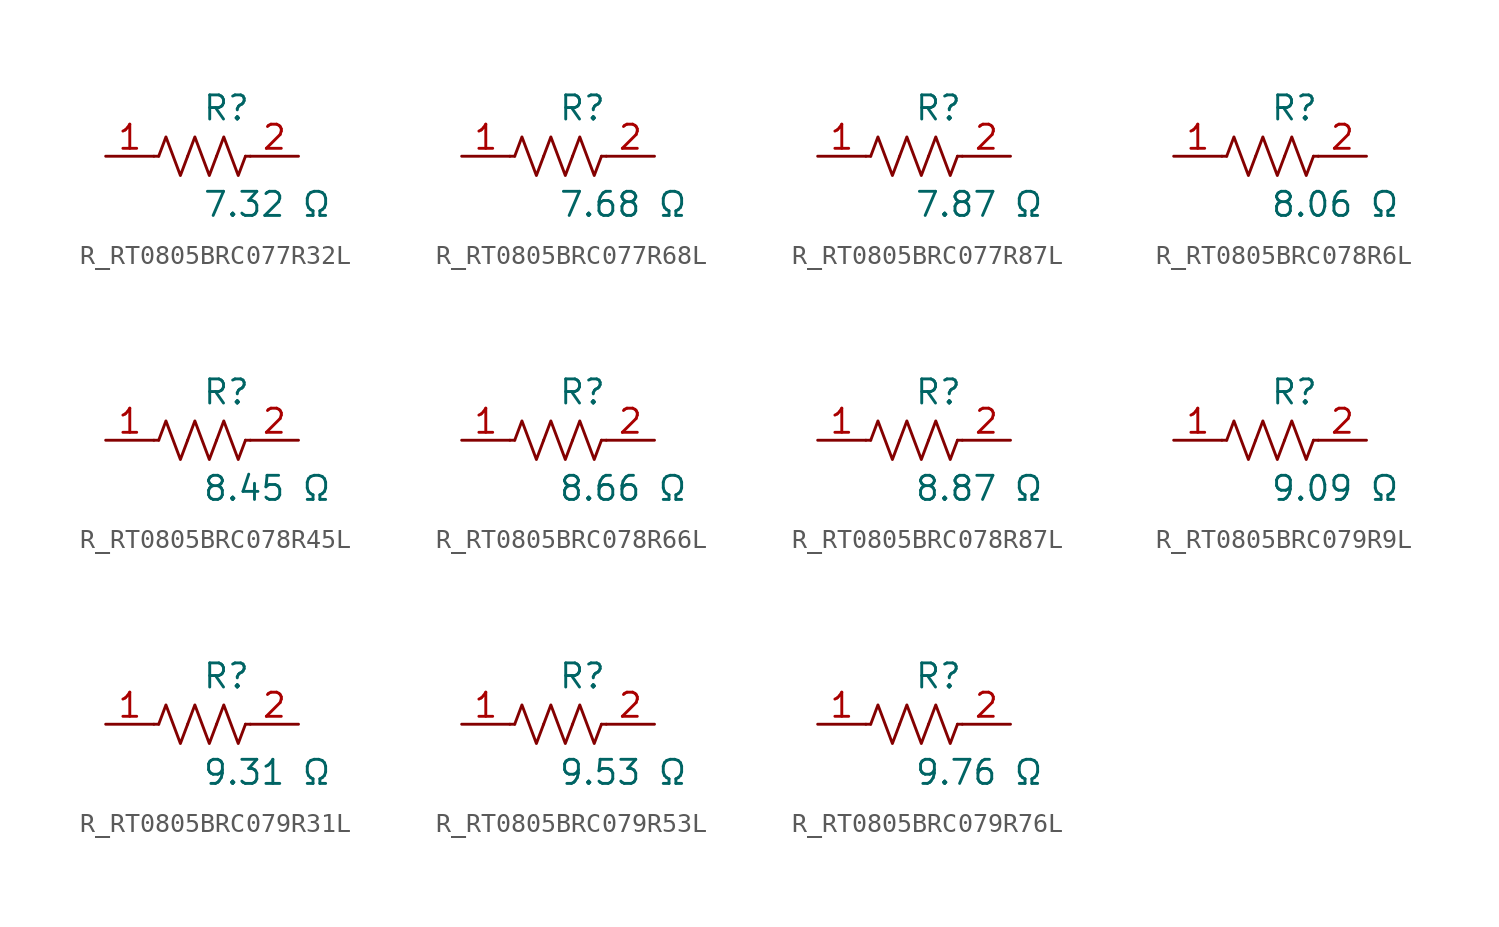
<source format=kicad_sym>
(kicad_symbol_lib
  (version 20231120)
  (generator kicad_symbol_editor)
  (generator_version 8.0)
  (symbol "R_RT0805BRC077R32L"
    (pin_names
      (offset 0.254))
    (property "Reference" "R"
      (at 0.0 2.54 0)
      (effects (font (size 1.27 1.27)) (justify left)))
    (property "Value" "7.32 Ω"
      (at 0.0 -2.54 0)
      (effects (font (size 1.27 1.27)) (justify left)))
    (symbol "R_RT0805BRC077R32L_0_1"
      (polyline (pts (xy 2.286 0) (xy 2.54 0)) (stroke (width 0) (type default)) (fill (type none)))
      (polyline (pts (xy -2.286 0) (xy -2.54 0)) (stroke (width 0) (type default)) (fill (type none)))
      (polyline (pts (xy 0.762 0) (xy 1.143 1.016) (xy 1.524 0) (xy 1.905 -1.016) (xy 2.286 0)) (stroke (width 0) (type default)) (fill (type none)))
      (polyline (pts (xy -0.762 0) (xy -0.381 1.016) (xy 0 0) (xy 0.381 -1.016) (xy 0.762 0)) (stroke (width 0) (type default)) (fill (type none)))
      (polyline (pts (xy -2.286 0) (xy -1.905 1.016) (xy -1.524 0) (xy -1.143 -1.016) (xy -0.762 0)) (stroke (width 0) (type default)) (fill (type none))))
    (pin unspecified line
      (at -5.08 0 0)
      (length 2.54)
      (name "" (effects (font (size 1.27 1.27))))
      (number "1" (effects (font (size 1.27 1.27)))))
    (pin unspecified line
      (at 5.08 0 180)
      (length 2.54)
      (name "" (effects (font (size 1.27 1.27))))
      (number "2" (effects (font (size 1.27 1.27))))))
  (symbol "R_RT0805BRC077R68L"
    (pin_names
      (offset 0.254))
    (property "Reference" "R"
      (at 0.0 2.54 0)
      (effects (font (size 1.27 1.27)) (justify left)))
    (property "Value" "7.68 Ω"
      (at 0.0 -2.54 0)
      (effects (font (size 1.27 1.27)) (justify left)))
    (symbol "R_RT0805BRC077R68L_0_1"
      (polyline (pts (xy 2.286 0) (xy 2.54 0)) (stroke (width 0) (type default)) (fill (type none)))
      (polyline (pts (xy -2.286 0) (xy -2.54 0)) (stroke (width 0) (type default)) (fill (type none)))
      (polyline (pts (xy 0.762 0) (xy 1.143 1.016) (xy 1.524 0) (xy 1.905 -1.016) (xy 2.286 0)) (stroke (width 0) (type default)) (fill (type none)))
      (polyline (pts (xy -0.762 0) (xy -0.381 1.016) (xy 0 0) (xy 0.381 -1.016) (xy 0.762 0)) (stroke (width 0) (type default)) (fill (type none)))
      (polyline (pts (xy -2.286 0) (xy -1.905 1.016) (xy -1.524 0) (xy -1.143 -1.016) (xy -0.762 0)) (stroke (width 0) (type default)) (fill (type none))))
    (pin unspecified line
      (at -5.08 0 0)
      (length 2.54)
      (name "" (effects (font (size 1.27 1.27))))
      (number "1" (effects (font (size 1.27 1.27)))))
    (pin unspecified line
      (at 5.08 0 180)
      (length 2.54)
      (name "" (effects (font (size 1.27 1.27))))
      (number "2" (effects (font (size 1.27 1.27))))))
  (symbol "R_RT0805BRC077R87L"
    (pin_names
      (offset 0.254))
    (property "Reference" "R"
      (at 0.0 2.54 0)
      (effects (font (size 1.27 1.27)) (justify left)))
    (property "Value" "7.87 Ω"
      (at 0.0 -2.54 0)
      (effects (font (size 1.27 1.27)) (justify left)))
    (symbol "R_RT0805BRC077R87L_0_1"
      (polyline (pts (xy 2.286 0) (xy 2.54 0)) (stroke (width 0) (type default)) (fill (type none)))
      (polyline (pts (xy -2.286 0) (xy -2.54 0)) (stroke (width 0) (type default)) (fill (type none)))
      (polyline (pts (xy 0.762 0) (xy 1.143 1.016) (xy 1.524 0) (xy 1.905 -1.016) (xy 2.286 0)) (stroke (width 0) (type default)) (fill (type none)))
      (polyline (pts (xy -0.762 0) (xy -0.381 1.016) (xy 0 0) (xy 0.381 -1.016) (xy 0.762 0)) (stroke (width 0) (type default)) (fill (type none)))
      (polyline (pts (xy -2.286 0) (xy -1.905 1.016) (xy -1.524 0) (xy -1.143 -1.016) (xy -0.762 0)) (stroke (width 0) (type default)) (fill (type none))))
    (pin unspecified line
      (at -5.08 0 0)
      (length 2.54)
      (name "" (effects (font (size 1.27 1.27))))
      (number "1" (effects (font (size 1.27 1.27)))))
    (pin unspecified line
      (at 5.08 0 180)
      (length 2.54)
      (name "" (effects (font (size 1.27 1.27))))
      (number "2" (effects (font (size 1.27 1.27))))))
  (symbol "R_RT0805BRC078R6L"
    (pin_names
      (offset 0.254))
    (property "Reference" "R"
      (at 0.0 2.54 0)
      (effects (font (size 1.27 1.27)) (justify left)))
    (property "Value" "8.06 Ω"
      (at 0.0 -2.54 0)
      (effects (font (size 1.27 1.27)) (justify left)))
    (symbol "R_RT0805BRC078R6L_0_1"
      (polyline (pts (xy 2.286 0) (xy 2.54 0)) (stroke (width 0) (type default)) (fill (type none)))
      (polyline (pts (xy -2.286 0) (xy -2.54 0)) (stroke (width 0) (type default)) (fill (type none)))
      (polyline (pts (xy 0.762 0) (xy 1.143 1.016) (xy 1.524 0) (xy 1.905 -1.016) (xy 2.286 0)) (stroke (width 0) (type default)) (fill (type none)))
      (polyline (pts (xy -0.762 0) (xy -0.381 1.016) (xy 0 0) (xy 0.381 -1.016) (xy 0.762 0)) (stroke (width 0) (type default)) (fill (type none)))
      (polyline (pts (xy -2.286 0) (xy -1.905 1.016) (xy -1.524 0) (xy -1.143 -1.016) (xy -0.762 0)) (stroke (width 0) (type default)) (fill (type none))))
    (pin unspecified line
      (at -5.08 0 0)
      (length 2.54)
      (name "" (effects (font (size 1.27 1.27))))
      (number "1" (effects (font (size 1.27 1.27)))))
    (pin unspecified line
      (at 5.08 0 180)
      (length 2.54)
      (name "" (effects (font (size 1.27 1.27))))
      (number "2" (effects (font (size 1.27 1.27))))))
  (symbol "R_RT0805BRC078R45L"
    (pin_names
      (offset 0.254))
    (property "Reference" "R"
      (at 0.0 2.54 0)
      (effects (font (size 1.27 1.27)) (justify left)))
    (property "Value" "8.45 Ω"
      (at 0.0 -2.54 0)
      (effects (font (size 1.27 1.27)) (justify left)))
    (symbol "R_RT0805BRC078R45L_0_1"
      (polyline (pts (xy 2.286 0) (xy 2.54 0)) (stroke (width 0) (type default)) (fill (type none)))
      (polyline (pts (xy -2.286 0) (xy -2.54 0)) (stroke (width 0) (type default)) (fill (type none)))
      (polyline (pts (xy 0.762 0) (xy 1.143 1.016) (xy 1.524 0) (xy 1.905 -1.016) (xy 2.286 0)) (stroke (width 0) (type default)) (fill (type none)))
      (polyline (pts (xy -0.762 0) (xy -0.381 1.016) (xy 0 0) (xy 0.381 -1.016) (xy 0.762 0)) (stroke (width 0) (type default)) (fill (type none)))
      (polyline (pts (xy -2.286 0) (xy -1.905 1.016) (xy -1.524 0) (xy -1.143 -1.016) (xy -0.762 0)) (stroke (width 0) (type default)) (fill (type none))))
    (pin unspecified line
      (at -5.08 0 0)
      (length 2.54)
      (name "" (effects (font (size 1.27 1.27))))
      (number "1" (effects (font (size 1.27 1.27)))))
    (pin unspecified line
      (at 5.08 0 180)
      (length 2.54)
      (name "" (effects (font (size 1.27 1.27))))
      (number "2" (effects (font (size 1.27 1.27))))))
  (symbol "R_RT0805BRC078R66L"
    (pin_names
      (offset 0.254))
    (property "Reference" "R"
      (at 0.0 2.54 0)
      (effects (font (size 1.27 1.27)) (justify left)))
    (property "Value" "8.66 Ω"
      (at 0.0 -2.54 0)
      (effects (font (size 1.27 1.27)) (justify left)))
    (symbol "R_RT0805BRC078R66L_0_1"
      (polyline (pts (xy 2.286 0) (xy 2.54 0)) (stroke (width 0) (type default)) (fill (type none)))
      (polyline (pts (xy -2.286 0) (xy -2.54 0)) (stroke (width 0) (type default)) (fill (type none)))
      (polyline (pts (xy 0.762 0) (xy 1.143 1.016) (xy 1.524 0) (xy 1.905 -1.016) (xy 2.286 0)) (stroke (width 0) (type default)) (fill (type none)))
      (polyline (pts (xy -0.762 0) (xy -0.381 1.016) (xy 0 0) (xy 0.381 -1.016) (xy 0.762 0)) (stroke (width 0) (type default)) (fill (type none)))
      (polyline (pts (xy -2.286 0) (xy -1.905 1.016) (xy -1.524 0) (xy -1.143 -1.016) (xy -0.762 0)) (stroke (width 0) (type default)) (fill (type none))))
    (pin unspecified line
      (at -5.08 0 0)
      (length 2.54)
      (name "" (effects (font (size 1.27 1.27))))
      (number "1" (effects (font (size 1.27 1.27)))))
    (pin unspecified line
      (at 5.08 0 180)
      (length 2.54)
      (name "" (effects (font (size 1.27 1.27))))
      (number "2" (effects (font (size 1.27 1.27))))))
  (symbol "R_RT0805BRC078R87L"
    (pin_names
      (offset 0.254))
    (property "Reference" "R"
      (at 0.0 2.54 0)
      (effects (font (size 1.27 1.27)) (justify left)))
    (property "Value" "8.87 Ω"
      (at 0.0 -2.54 0)
      (effects (font (size 1.27 1.27)) (justify left)))
    (symbol "R_RT0805BRC078R87L_0_1"
      (polyline (pts (xy 2.286 0) (xy 2.54 0)) (stroke (width 0) (type default)) (fill (type none)))
      (polyline (pts (xy -2.286 0) (xy -2.54 0)) (stroke (width 0) (type default)) (fill (type none)))
      (polyline (pts (xy 0.762 0) (xy 1.143 1.016) (xy 1.524 0) (xy 1.905 -1.016) (xy 2.286 0)) (stroke (width 0) (type default)) (fill (type none)))
      (polyline (pts (xy -0.762 0) (xy -0.381 1.016) (xy 0 0) (xy 0.381 -1.016) (xy 0.762 0)) (stroke (width 0) (type default)) (fill (type none)))
      (polyline (pts (xy -2.286 0) (xy -1.905 1.016) (xy -1.524 0) (xy -1.143 -1.016) (xy -0.762 0)) (stroke (width 0) (type default)) (fill (type none))))
    (pin unspecified line
      (at -5.08 0 0)
      (length 2.54)
      (name "" (effects (font (size 1.27 1.27))))
      (number "1" (effects (font (size 1.27 1.27)))))
    (pin unspecified line
      (at 5.08 0 180)
      (length 2.54)
      (name "" (effects (font (size 1.27 1.27))))
      (number "2" (effects (font (size 1.27 1.27))))))
  (symbol "R_RT0805BRC079R9L"
    (pin_names
      (offset 0.254))
    (property "Reference" "R"
      (at 0.0 2.54 0)
      (effects (font (size 1.27 1.27)) (justify left)))
    (property "Value" "9.09 Ω"
      (at 0.0 -2.54 0)
      (effects (font (size 1.27 1.27)) (justify left)))
    (symbol "R_RT0805BRC079R9L_0_1"
      (polyline (pts (xy 2.286 0) (xy 2.54 0)) (stroke (width 0) (type default)) (fill (type none)))
      (polyline (pts (xy -2.286 0) (xy -2.54 0)) (stroke (width 0) (type default)) (fill (type none)))
      (polyline (pts (xy 0.762 0) (xy 1.143 1.016) (xy 1.524 0) (xy 1.905 -1.016) (xy 2.286 0)) (stroke (width 0) (type default)) (fill (type none)))
      (polyline (pts (xy -0.762 0) (xy -0.381 1.016) (xy 0 0) (xy 0.381 -1.016) (xy 0.762 0)) (stroke (width 0) (type default)) (fill (type none)))
      (polyline (pts (xy -2.286 0) (xy -1.905 1.016) (xy -1.524 0) (xy -1.143 -1.016) (xy -0.762 0)) (stroke (width 0) (type default)) (fill (type none))))
    (pin unspecified line
      (at -5.08 0 0)
      (length 2.54)
      (name "" (effects (font (size 1.27 1.27))))
      (number "1" (effects (font (size 1.27 1.27)))))
    (pin unspecified line
      (at 5.08 0 180)
      (length 2.54)
      (name "" (effects (font (size 1.27 1.27))))
      (number "2" (effects (font (size 1.27 1.27))))))
  (symbol "R_RT0805BRC079R31L"
    (pin_names
      (offset 0.254))
    (property "Reference" "R"
      (at 0.0 2.54 0)
      (effects (font (size 1.27 1.27)) (justify left)))
    (property "Value" "9.31 Ω"
      (at 0.0 -2.54 0)
      (effects (font (size 1.27 1.27)) (justify left)))
    (symbol "R_RT0805BRC079R31L_0_1"
      (polyline (pts (xy 2.286 0) (xy 2.54 0)) (stroke (width 0) (type default)) (fill (type none)))
      (polyline (pts (xy -2.286 0) (xy -2.54 0)) (stroke (width 0) (type default)) (fill (type none)))
      (polyline (pts (xy 0.762 0) (xy 1.143 1.016) (xy 1.524 0) (xy 1.905 -1.016) (xy 2.286 0)) (stroke (width 0) (type default)) (fill (type none)))
      (polyline (pts (xy -0.762 0) (xy -0.381 1.016) (xy 0 0) (xy 0.381 -1.016) (xy 0.762 0)) (stroke (width 0) (type default)) (fill (type none)))
      (polyline (pts (xy -2.286 0) (xy -1.905 1.016) (xy -1.524 0) (xy -1.143 -1.016) (xy -0.762 0)) (stroke (width 0) (type default)) (fill (type none))))
    (pin unspecified line
      (at -5.08 0 0)
      (length 2.54)
      (name "" (effects (font (size 1.27 1.27))))
      (number "1" (effects (font (size 1.27 1.27)))))
    (pin unspecified line
      (at 5.08 0 180)
      (length 2.54)
      (name "" (effects (font (size 1.27 1.27))))
      (number "2" (effects (font (size 1.27 1.27))))))
  (symbol "R_RT0805BRC079R53L"
    (pin_names
      (offset 0.254))
    (property "Reference" "R"
      (at 0.0 2.54 0)
      (effects (font (size 1.27 1.27)) (justify left)))
    (property "Value" "9.53 Ω"
      (at 0.0 -2.54 0)
      (effects (font (size 1.27 1.27)) (justify left)))
    (symbol "R_RT0805BRC079R53L_0_1"
      (polyline (pts (xy 2.286 0) (xy 2.54 0)) (stroke (width 0) (type default)) (fill (type none)))
      (polyline (pts (xy -2.286 0) (xy -2.54 0)) (stroke (width 0) (type default)) (fill (type none)))
      (polyline (pts (xy 0.762 0) (xy 1.143 1.016) (xy 1.524 0) (xy 1.905 -1.016) (xy 2.286 0)) (stroke (width 0) (type default)) (fill (type none)))
      (polyline (pts (xy -0.762 0) (xy -0.381 1.016) (xy 0 0) (xy 0.381 -1.016) (xy 0.762 0)) (stroke (width 0) (type default)) (fill (type none)))
      (polyline (pts (xy -2.286 0) (xy -1.905 1.016) (xy -1.524 0) (xy -1.143 -1.016) (xy -0.762 0)) (stroke (width 0) (type default)) (fill (type none))))
    (pin unspecified line
      (at -5.08 0 0)
      (length 2.54)
      (name "" (effects (font (size 1.27 1.27))))
      (number "1" (effects (font (size 1.27 1.27)))))
    (pin unspecified line
      (at 5.08 0 180)
      (length 2.54)
      (name "" (effects (font (size 1.27 1.27))))
      (number "2" (effects (font (size 1.27 1.27))))))
  (symbol "R_RT0805BRC079R76L"
    (pin_names
      (offset 0.254))
    (property "Reference" "R"
      (at 0.0 2.54 0)
      (effects (font (size 1.27 1.27)) (justify left)))
    (property "Value" "9.76 Ω"
      (at 0.0 -2.54 0)
      (effects (font (size 1.27 1.27)) (justify left)))
    (symbol "R_RT0805BRC079R76L_0_1"
      (polyline (pts (xy 2.286 0) (xy 2.54 0)) (stroke (width 0) (type default)) (fill (type none)))
      (polyline (pts (xy -2.286 0) (xy -2.54 0)) (stroke (width 0) (type default)) (fill (type none)))
      (polyline (pts (xy 0.762 0) (xy 1.143 1.016) (xy 1.524 0) (xy 1.905 -1.016) (xy 2.286 0)) (stroke (width 0) (type default)) (fill (type none)))
      (polyline (pts (xy -0.762 0) (xy -0.381 1.016) (xy 0 0) (xy 0.381 -1.016) (xy 0.762 0)) (stroke (width 0) (type default)) (fill (type none)))
      (polyline (pts (xy -2.286 0) (xy -1.905 1.016) (xy -1.524 0) (xy -1.143 -1.016) (xy -0.762 0)) (stroke (width 0) (type default)) (fill (type none))))
    (pin unspecified line
      (at -5.08 0 0)
      (length 2.54)
      (name "" (effects (font (size 1.27 1.27))))
      (number "1" (effects (font (size 1.27 1.27)))))
    (pin unspecified line
      (at 5.08 0 180)
      (length 2.54)
      (name "" (effects (font (size 1.27 1.27))))
      (number "2" (effects (font (size 1.27 1.27)))))))
</source>
